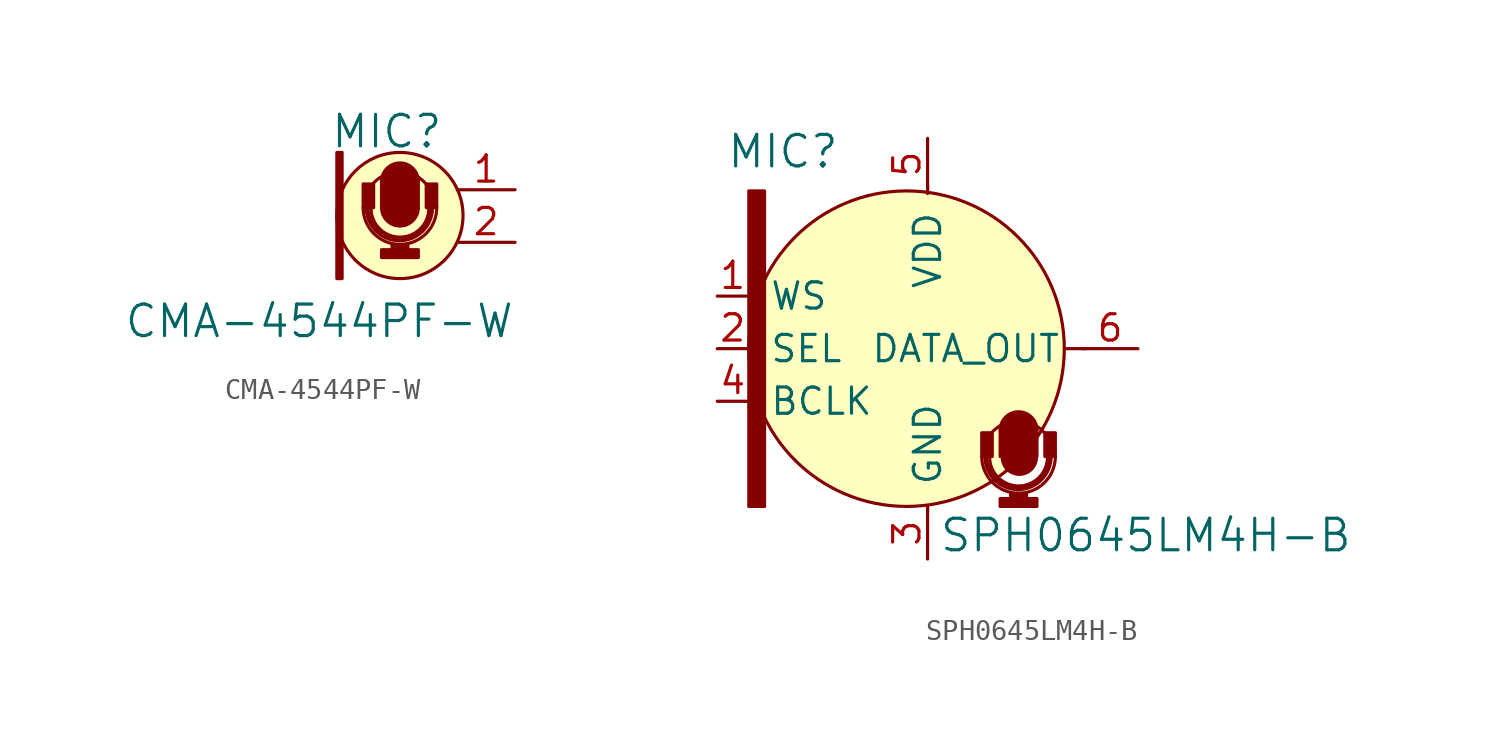
<source format=kicad_sym>
(kicad_symbol_lib
  (version 20201005)
  (generator kicad_symbol_editor)
  (symbol "CMA-4544PF-W"
    (pin_names
      (offset 1.016))
    (property "Reference" "MIC"
      (at -1.118 2.819 0)
      (effects (font (size 1.524 1.524))))
    (property "Value" "CMA-4544PF-W"
      (at 5.08 -6.35 0)
      (effects (font (size 1.524 1.524)) (justify right)))
    (symbol "CMA-4544PF-W_0_1"
      (arc (start -2.1082 -0.8636) (end 1.0922 -0.889) (radius (at -0.508 -0.8636) (length 1.6002) (angles 180 -0.9)) (stroke (width 0)) (fill (type none)))
      (arc (start -2.2098 -0.8636) (end 1.1938 -0.8128) (radius (at -0.508 -0.8382) (length 1.7018) (angles -179 0.8)) (stroke (width 0)) (fill (type none)))
      (arc (start -2.032 -0.8636) (end 1.016 -0.8636) (radius (at -0.508 -0.8128) (length 1.524) (angles -178.1 -1.9)) (stroke (width 0)) (fill (type none)))
      (arc (start -1.8796 -0.889) (end 0.9144 -0.9144) (radius (at -0.4826 -0.889) (length 1.397) (angles 180 -1)) (stroke (width 0)) (fill (type none)))
      (arc (start -1.3716 -0.8636) (end 0.4064 -0.8636) (radius (at -0.4826 -0.8636) (length 0.889) (angles -179.9 -0.1)) (stroke (width 0)) (fill (type outline)))
      (arc (start -2.2606 -0.8636) (end 1.2954 -0.8636) (radius (at -0.4826 -0.8636) (length 1.778) (angles -179.9 -0.1)) (stroke (width 0)) (fill (type none)))
      (arc (start 0.4064 0.4064) (end -1.3716 0.4064) (radius (at -0.4826 0.4064) (length 0.889) (angles 0.1 179.9)) (stroke (width 0)) (fill (type outline)))
      (circle (center -0.483 -1.245) (radius 3.048) (stroke (width 0)) (fill (type background)))
      (rectangle (start -3.277 -4.293) (end -3.531 1.803) (stroke (width 0)) (fill (type outline)))
      (rectangle (start -2.261 -0.864) (end -1.753 0.279) (stroke (width 0)) (fill (type outline)))
      (rectangle (start -1.372 -2.896) (end 0.406 -3.277) (stroke (width 0)) (fill (type outline)))
      (rectangle (start -1.372 0.406) (end 0.406 -0.864) (stroke (width 0)) (fill (type outline)))
      (rectangle (start -0.864 -2.896) (end -0.102 -2.642) (stroke (width 0)) (fill (type outline)))
      (rectangle (start 1.295 -0.864) (end 0.787 0.279) (stroke (width 0)) (fill (type outline))))
    (symbol "CMA-4544PF-W_1_1"
      (pin passive line (at 5.08 0 180) (length 2.794) (name "~" (effects (font (size 1.27 1.27)))) (number "1" (effects (font (size 1.27 1.27)))))
      (pin passive line (at 5.08 -2.54 180) (length 2.794) (name "~" (effects (font (size 1.27 1.27)))) (number "2" (effects (font (size 1.27 1.27)))))))
  (symbol "SPH0645LM4H-B"
    (pin_names
      (offset 1.016))
    (property "Reference" "MIC"
      (at -6.985 9.525 0)
      (effects (font (size 1.524 1.524))))
    (property "Value" "SPH0645LM4H-B"
      (at 10.541 -9.017 0)
      (effects (font (size 1.524 1.524))))
    (symbol "SPH0645LM4H-B_0_1"
      (arc (start 2.7686 -5.207) (end 5.969 -5.2324) (radius (at 4.3688 -5.207) (length 1.6002) (angles 180 -0.9)) (stroke (width 0)) (fill (type none)))
      (arc (start 2.667 -5.207) (end 6.0706 -5.1562) (radius (at 4.3688 -5.1816) (length 1.7018) (angles -179 0.8)) (stroke (width 0)) (fill (type none)))
      (arc (start 2.8448 -5.207) (end 5.8928 -5.207) (radius (at 4.3688 -5.1562) (length 1.524) (angles -178.1 -1.9)) (stroke (width 0)) (fill (type none)))
      (arc (start 2.9972 -5.2324) (end 5.7912 -5.2578) (radius (at 4.3942 -5.2324) (length 1.397) (angles 180 -1)) (stroke (width 0)) (fill (type none)))
      (arc (start 2.6162 -5.207) (end 6.1722 -5.207) (radius (at 4.3942 -5.207) (length 1.778) (angles -179.9 -0.1)) (stroke (width 0)) (fill (type none)))
      (arc (start 5.2832 -3.937) (end 3.5052 -3.937) (radius (at 4.3942 -3.937) (length 0.889) (angles 0.1 179.9)) (stroke (width 0)) (fill (type outline)))
      (arc (start 3.6068 -5.2324) (end 5.2578 -5.2324) (radius (at 4.4196 -5.2324) (length 0.8128) (angles -179.9 -0.1)) (stroke (width 0)) (fill (type outline)))
      (circle (center -1.016 0) (radius 7.62) (stroke (width 0)) (fill (type background)))
      (rectangle (start -7.874 7.62) (end -8.636 -7.62) (stroke (width 0)) (fill (type outline)))
      (rectangle (start 2.616 -5.207) (end 3.124 -4.064) (stroke (width 0)) (fill (type outline)))
      (rectangle (start 3.505 -7.239) (end 5.283 -7.62) (stroke (width 0)) (fill (type outline)))
      (rectangle (start 3.505 -3.937) (end 5.283 -5.207) (stroke (width 0)) (fill (type outline)))
      (rectangle (start 4.013 -7.239) (end 4.775 -6.985) (stroke (width 0)) (fill (type outline)))
      (rectangle (start 6.172 -5.207) (end 5.664 -4.064) (stroke (width 0)) (fill (type outline)))
      (polyline (pts (xy 0 -7.62) (xy 0 -7.874)) (stroke (width 0)) (fill (type none)))
      (polyline (pts (xy 0 7.493) (xy 0 7.874)) (stroke (width 0)) (fill (type none)))
      (polyline (pts (xy 7.62 0) (xy 6.604 0)) (stroke (width 0)) (fill (type none))))
    (symbol "SPH0645LM4H-B_1_1"
      (pin input line (at -10.16 2.54 0) (length 1.499) (name "WS" (effects (font (size 1.27 1.27)))) (number "1" (effects (font (size 1.27 1.27)))))
      (pin input line (at -10.16 0 0) (length 1.499) (name "SEL" (effects (font (size 1.27 1.27)))) (number "2" (effects (font (size 1.27 1.27)))))
      (pin power_in line (at 0 -10.16 90) (length 2.489) (name "GND" (effects (font (size 1.27 1.27)))) (number "3" (effects (font (size 1.27 1.27)))))
      (pin input line (at -10.16 -2.54 0) (length 1.499) (name "BCLK" (effects (font (size 1.27 1.27)))) (number "4" (effects (font (size 1.27 1.27)))))
      (pin power_in line (at 0 10.16 270) (length 2.489) (name "VDD" (effects (font (size 1.27 1.27)))) (number "5" (effects (font (size 1.27 1.27)))))
      (pin output line (at 10.16 0 180) (length 2.692) (name "DATA_OUT" (effects (font (size 1.27 1.27)))) (number "6" (effects (font (size 1.27 1.27))))))))
</source>
